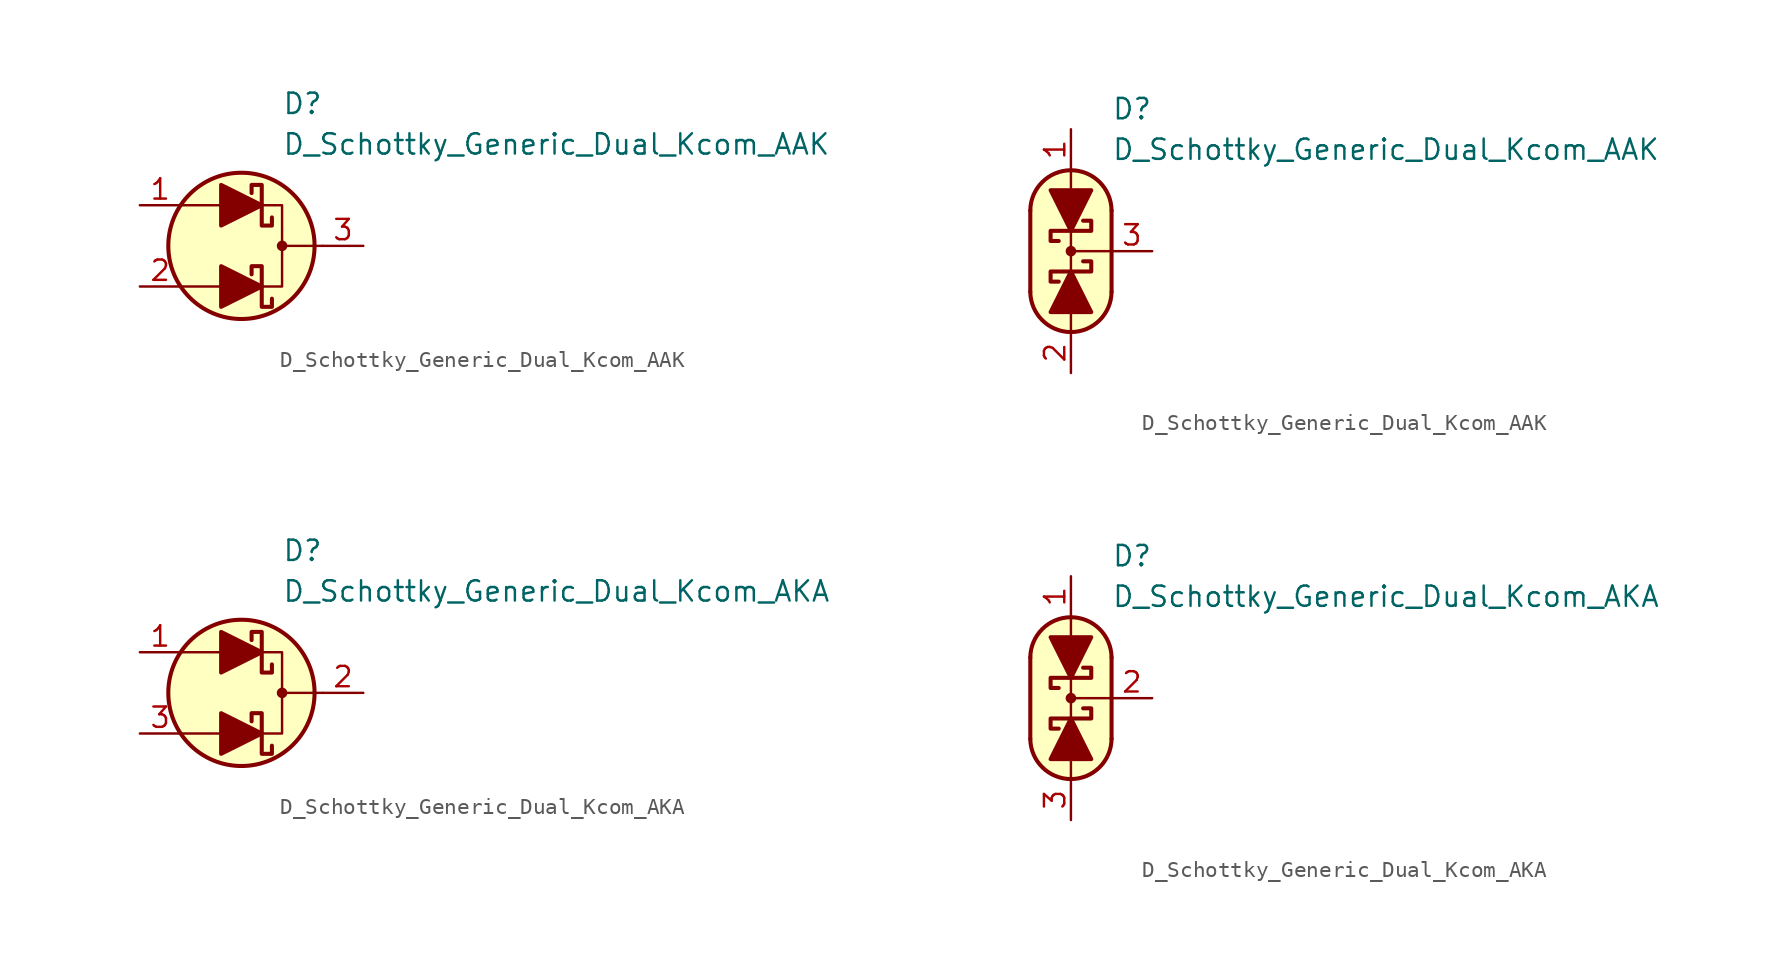
<source format=kicad_sym>
(kicad_symbol_lib
  (version 20231120)
  (generator "kicad_symbol_editor")
  (generator_version "8.0")
  (symbol "D_Schottky_Generic_Dual_Kcom_AAK"
    (pin_names
      (offset 1.016) hide)
    (property "Reference" "D"
      (at 2.54 8.89 0)
      (effects (font (size 1.27 1.27)) (justify left)))
    (property "Value" "D_Schottky_Generic_Dual_Kcom_AAK"
      (at 2.54 6.35 0)
      (effects (font (size 1.27 1.27)) (justify left)))
    (symbol "D_Schottky_Generic_Dual_Kcom_AAK_0_1"
      (polyline (pts (xy -1.27 -2.54) (xy -3.81 -2.54)) (stroke (width 0) (type default)) (fill (type none)))
      (polyline (pts (xy -1.27 2.54) (xy -3.81 2.54)) (stroke (width 0) (type default)) (fill (type none)))
      (polyline (pts (xy 5.08 0) (xy 2.54 0)) (stroke (width 0) (type default)) (fill (type none)))
      (polyline (pts (xy 1.27 -2.54) (xy 2.54 -2.54) (xy 2.54 2.54) (xy 1.27 2.54)) (stroke (width 0) (type default)) (fill (type none)))
      (circle (center 0 0) (radius 4.572) (stroke (width 0.254) (type default)) (fill (type background)))
      (circle (center 2.54 0) (radius 0.254) (stroke (width 0) (type default)) (fill (type outline))))
    (symbol "D_Schottky_Generic_Dual_Kcom_AAK_1_1"
      (polyline (pts (xy -1.27 -2.54) (xy 1.27 -2.54)) (stroke (width 0) (type default)) (fill (type none)))
      (polyline (pts (xy -1.27 2.54) (xy 1.27 2.54)) (stroke (width 0) (type default)) (fill (type none)))
      (polyline (pts (xy -1.27 -3.81) (xy -1.27 -1.27) (xy 1.27 -2.54) (xy -1.27 -3.81)) (stroke (width 0.254) (type default)) (fill (type outline)))
      (polyline (pts (xy -1.27 1.27) (xy -1.27 3.81) (xy 1.27 2.54) (xy -1.27 1.27)) (stroke (width 0.254) (type default)) (fill (type outline)))
      (polyline (pts (xy 1.905 -3.302) (xy 1.905 -3.81) (xy 1.27 -3.81) (xy 1.27 -1.27) (xy 0.635 -1.27) (xy 0.635 -1.778)) (stroke (width 0.254) (type default)) (fill (type none)))
      (polyline (pts (xy 1.905 1.778) (xy 1.905 1.27) (xy 1.27 1.27) (xy 1.27 3.81) (xy 0.635 3.81) (xy 0.635 3.302)) (stroke (width 0.254) (type default)) (fill (type none)))
      (pin passive line (at -6.35 2.54 0) (length 2.54) (name "A2" (effects (font (size 1.27 1.27)))) (number "1" (effects (font (size 1.27 1.27)))))
      (pin passive line (at -6.35 -2.54 0) (length 2.54) (name "A1" (effects (font (size 1.27 1.27)))) (number "2" (effects (font (size 1.27 1.27)))))
      (pin passive line (at 7.62 0 180) (length 2.54) (name "K" (effects (font (size 1.27 1.27)))) (number "3" (effects (font (size 1.27 1.27))))))
    (symbol "D_Schottky_Generic_Dual_Kcom_AAK_1_2"
      (arc (start -2.54 -2.54) (mid 0 -5.0576) (end 2.54 -2.54) (stroke (width 0.254) (type default)) (fill (type none)))
      (polyline (pts (xy -2.54 2.54) (xy -2.54 -2.54)) (stroke (width 0.254) (type default)) (fill (type none)))
      (polyline (pts (xy 0 -5.08) (xy 0 -3.556)) (stroke (width 0) (type default)) (fill (type none)))
      (polyline (pts (xy 0 0) (xy 2.54 0)) (stroke (width 0) (type default)) (fill (type none)))
      (polyline (pts (xy 0 1.27) (xy 0 -1.27)) (stroke (width 0) (type default)) (fill (type none)))
      (polyline (pts (xy 0 5.08) (xy 0 3.556)) (stroke (width 0) (type default)) (fill (type none)))
      (polyline (pts (xy 2.54 -2.54) (xy 2.54 2.54)) (stroke (width 0.254) (type default)) (fill (type none)))
      (polyline (pts (xy -1.27 -3.81) (xy 1.27 -3.81) (xy 0 -1.27) (xy -1.27 -3.81)) (stroke (width 0.254) (type default)) (fill (type outline)))
      (polyline (pts (xy 1.27 3.81) (xy -1.27 3.81) (xy 0 1.27) (xy 1.27 3.81)) (stroke (width 0.254) (type default)) (fill (type outline)))
      (polyline (pts (xy -0.762 -1.905) (xy -1.27 -1.905) (xy -1.27 -1.27) (xy 1.27 -1.27) (xy 1.27 -0.635) (xy 0.762 -0.635)) (stroke (width 0.254) (type default)) (fill (type none)))
      (polyline (pts (xy -0.762 0.635) (xy -1.27 0.635) (xy -1.27 1.27) (xy 1.27 1.27) (xy 1.27 1.905) (xy 0.762 1.905)) (stroke (width 0.254) (type default)) (fill (type none)))
      (polyline (pts (xy 0 -5.08) (xy -1.016 -4.826) (xy -1.778 -4.318) (xy -2.286 -3.556) (xy -2.54 -3.048) (xy -2.54 2.794) (xy -2.286 3.556) (xy -1.778 4.318) (xy -1.016 4.826) (xy -0.254 5.08) (xy 0.254 5.08) (xy 1.016 4.826) (xy 1.524 4.572) (xy 2.032 4.064) (xy 2.286 3.556) (xy 2.54 2.794) (xy 2.54 -2.794) (xy 2.286 -3.556) (xy 2.032 -4.064) (xy 1.524 -4.572) (xy 1.016 -4.826) (xy 0 -5.08)) (stroke (width 0.01) (type default)) (fill (type background)))
      (circle (center 0 0) (radius 0.254) (stroke (width 0) (type default)) (fill (type outline)))
      (arc (start 2.54 2.54) (mid 0 5.0576) (end -2.54 2.54) (stroke (width 0.254) (type default)) (fill (type none)))
      (pin passive line (at 0 7.62 270) (length 2.54) (name "A2" (effects (font (size 1.27 1.27)))) (number "1" (effects (font (size 1.27 1.27)))))
      (pin passive line (at 0 -7.62 90) (length 2.54) (name "A1" (effects (font (size 1.27 1.27)))) (number "2" (effects (font (size 1.27 1.27)))))
      (pin passive line (at 5.08 0 180) (length 2.54) (name "K" (effects (font (size 1.27 1.27)))) (number "3" (effects (font (size 1.27 1.27)))))))
  (symbol "D_Schottky_Generic_Dual_Kcom_AKA"
    (pin_names
      (offset 1.016) hide)
    (property "Reference" "D"
      (at 2.54 8.89 0)
      (effects (font (size 1.27 1.27)) (justify left)))
    (property "Value" "D_Schottky_Generic_Dual_Kcom_AKA"
      (at 2.54 6.35 0)
      (effects (font (size 1.27 1.27)) (justify left)))
    (symbol "D_Schottky_Generic_Dual_Kcom_AKA_0_1"
      (polyline (pts (xy -1.27 -2.54) (xy -3.81 -2.54)) (stroke (width 0) (type default)) (fill (type none)))
      (polyline (pts (xy -1.27 2.54) (xy -3.81 2.54)) (stroke (width 0) (type default)) (fill (type none)))
      (polyline (pts (xy 5.08 0) (xy 2.54 0)) (stroke (width 0) (type default)) (fill (type none)))
      (polyline (pts (xy 1.27 -2.54) (xy 2.54 -2.54) (xy 2.54 2.54) (xy 1.27 2.54)) (stroke (width 0) (type default)) (fill (type none)))
      (circle (center 0 0) (radius 4.572) (stroke (width 0.254) (type default)) (fill (type background)))
      (circle (center 2.54 0) (radius 0.254) (stroke (width 0) (type default)) (fill (type outline))))
    (symbol "D_Schottky_Generic_Dual_Kcom_AKA_1_1"
      (polyline (pts (xy -1.27 -2.54) (xy 1.27 -2.54)) (stroke (width 0) (type default)) (fill (type none)))
      (polyline (pts (xy -1.27 2.54) (xy 1.27 2.54)) (stroke (width 0) (type default)) (fill (type none)))
      (polyline (pts (xy -1.27 -3.81) (xy -1.27 -1.27) (xy 1.27 -2.54) (xy -1.27 -3.81)) (stroke (width 0.254) (type default)) (fill (type outline)))
      (polyline (pts (xy -1.27 1.27) (xy -1.27 3.81) (xy 1.27 2.54) (xy -1.27 1.27)) (stroke (width 0.254) (type default)) (fill (type outline)))
      (polyline (pts (xy 1.905 -3.302) (xy 1.905 -3.81) (xy 1.27 -3.81) (xy 1.27 -1.27) (xy 0.635 -1.27) (xy 0.635 -1.778)) (stroke (width 0.254) (type default)) (fill (type none)))
      (polyline (pts (xy 1.905 1.778) (xy 1.905 1.27) (xy 1.27 1.27) (xy 1.27 3.81) (xy 0.635 3.81) (xy 0.635 3.302)) (stroke (width 0.254) (type default)) (fill (type none)))
      (pin passive line (at -6.35 2.54 0) (length 2.54) (name "A2" (effects (font (size 1.27 1.27)))) (number "1" (effects (font (size 1.27 1.27)))))
      (pin passive line (at 7.62 0 180) (length 2.54) (name "K" (effects (font (size 1.27 1.27)))) (number "2" (effects (font (size 1.27 1.27)))))
      (pin passive line (at -6.35 -2.54 0) (length 2.54) (name "A1" (effects (font (size 1.27 1.27)))) (number "3" (effects (font (size 1.27 1.27))))))
    (symbol "D_Schottky_Generic_Dual_Kcom_AKA_1_2"
      (arc (start -2.54 -2.54) (mid 0 -5.0576) (end 2.54 -2.54) (stroke (width 0.254) (type default)) (fill (type none)))
      (polyline (pts (xy -2.54 2.54) (xy -2.54 -2.54)) (stroke (width 0.254) (type default)) (fill (type none)))
      (polyline (pts (xy 0 -5.08) (xy 0 -3.556)) (stroke (width 0) (type default)) (fill (type none)))
      (polyline (pts (xy 0 0) (xy 2.54 0)) (stroke (width 0) (type default)) (fill (type none)))
      (polyline (pts (xy 0 1.27) (xy 0 -1.27)) (stroke (width 0) (type default)) (fill (type none)))
      (polyline (pts (xy 0 5.08) (xy 0 3.556)) (stroke (width 0) (type default)) (fill (type none)))
      (polyline (pts (xy 2.54 -2.54) (xy 2.54 2.54)) (stroke (width 0.254) (type default)) (fill (type none)))
      (polyline (pts (xy -1.27 -3.81) (xy 1.27 -3.81) (xy 0 -1.27) (xy -1.27 -3.81)) (stroke (width 0.254) (type default)) (fill (type outline)))
      (polyline (pts (xy 1.27 3.81) (xy -1.27 3.81) (xy 0 1.27) (xy 1.27 3.81)) (stroke (width 0.254) (type default)) (fill (type outline)))
      (polyline (pts (xy -0.762 -1.905) (xy -1.27 -1.905) (xy -1.27 -1.27) (xy 1.27 -1.27) (xy 1.27 -0.635) (xy 0.762 -0.635)) (stroke (width 0.254) (type default)) (fill (type none)))
      (polyline (pts (xy -0.762 0.635) (xy -1.27 0.635) (xy -1.27 1.27) (xy 1.27 1.27) (xy 1.27 1.905) (xy 0.762 1.905)) (stroke (width 0.254) (type default)) (fill (type none)))
      (polyline (pts (xy 0 -5.08) (xy -1.016 -4.826) (xy -1.778 -4.318) (xy -2.286 -3.556) (xy -2.54 -3.048) (xy -2.54 2.794) (xy -2.286 3.556) (xy -1.778 4.318) (xy -1.016 4.826) (xy -0.254 5.08) (xy 0.254 5.08) (xy 1.016 4.826) (xy 1.524 4.572) (xy 2.032 4.064) (xy 2.286 3.556) (xy 2.54 2.794) (xy 2.54 -2.794) (xy 2.286 -3.556) (xy 2.032 -4.064) (xy 1.524 -4.572) (xy 1.016 -4.826) (xy 0 -5.08)) (stroke (width 0.01) (type default)) (fill (type background)))
      (circle (center 0 0) (radius 0.254) (stroke (width 0) (type default)) (fill (type outline)))
      (arc (start 2.54 2.54) (mid 0 5.0576) (end -2.54 2.54) (stroke (width 0.254) (type default)) (fill (type none)))
      (pin passive line (at 0 7.62 270) (length 2.54) (name "A2" (effects (font (size 1.27 1.27)))) (number "1" (effects (font (size 1.27 1.27)))))
      (pin passive line (at 5.08 0 180) (length 2.54) (name "K" (effects (font (size 1.27 1.27)))) (number "2" (effects (font (size 1.27 1.27)))))
      (pin passive line (at 0 -7.62 90) (length 2.54) (name "A1" (effects (font (size 1.27 1.27)))) (number "3" (effects (font (size 1.27 1.27))))))))
</source>
